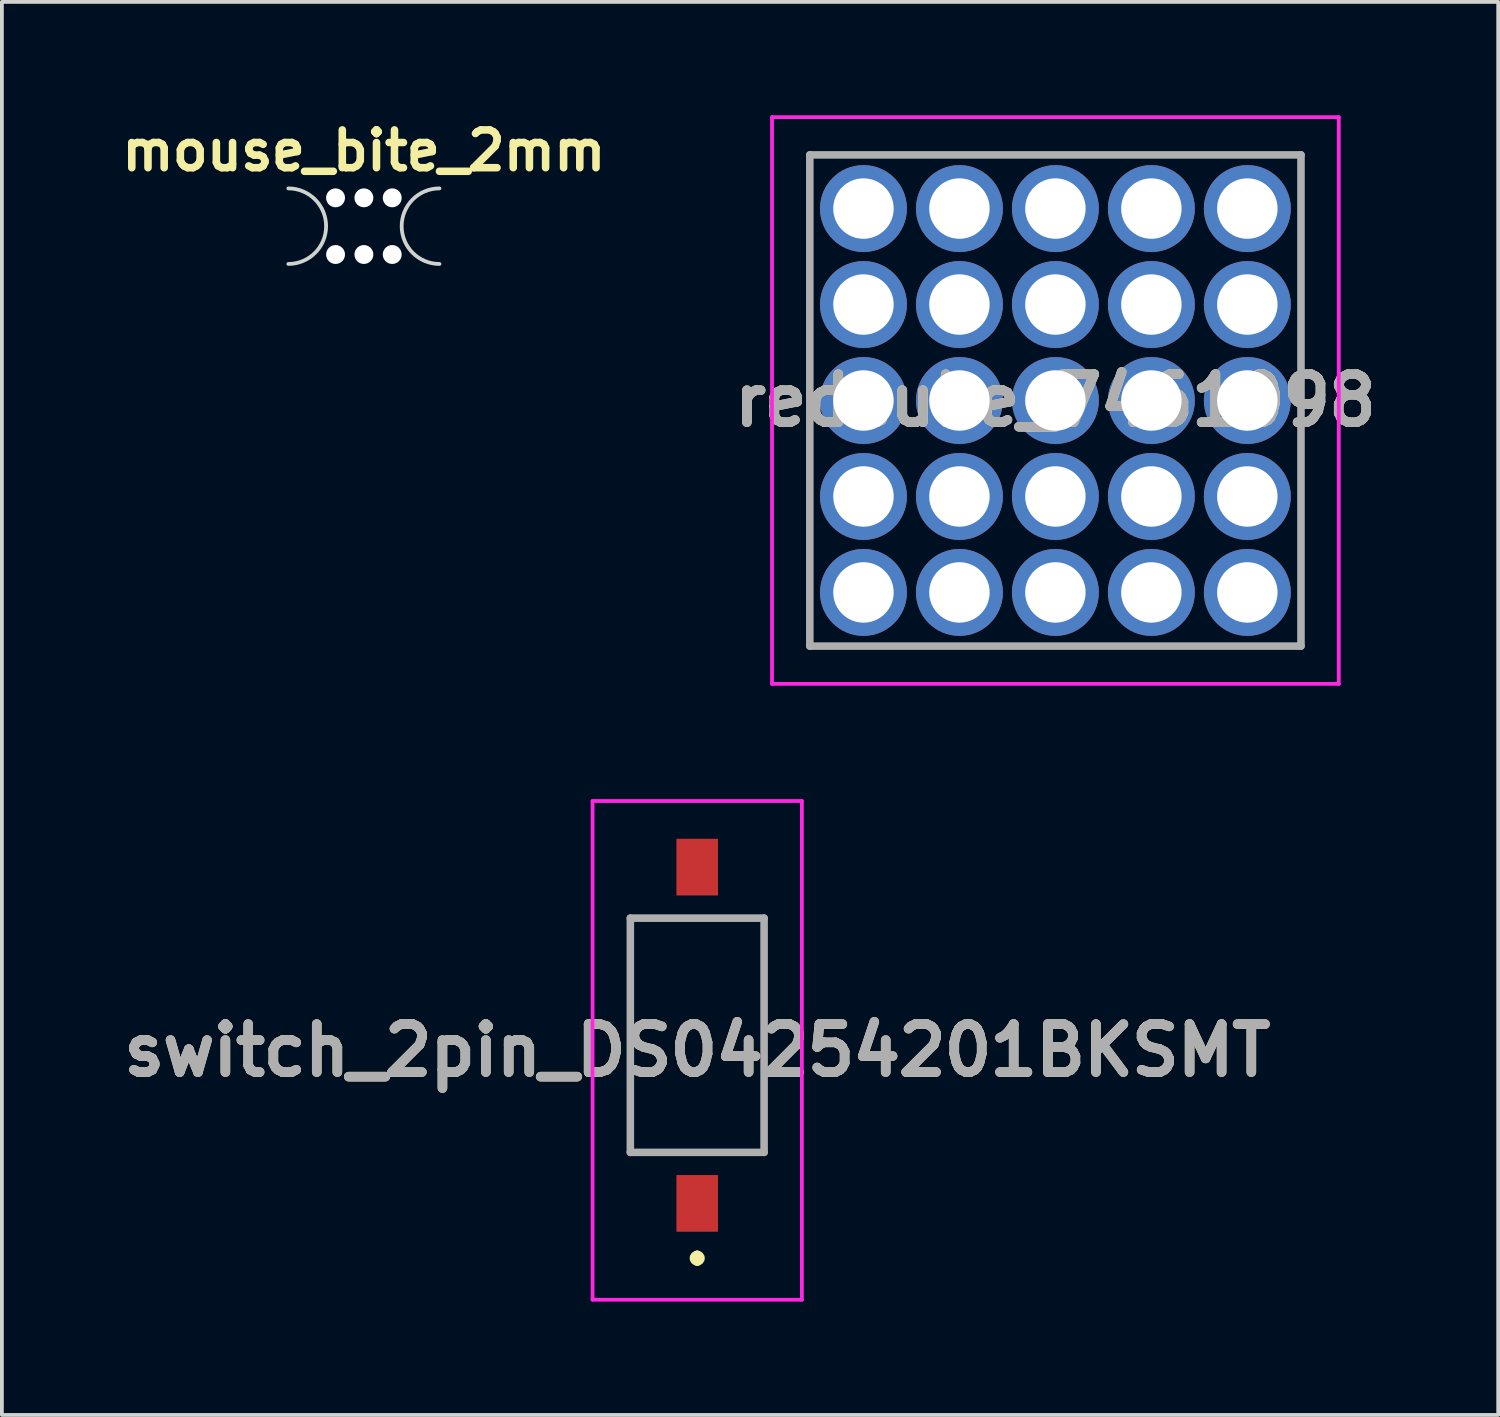
<source format=kicad_pcb>
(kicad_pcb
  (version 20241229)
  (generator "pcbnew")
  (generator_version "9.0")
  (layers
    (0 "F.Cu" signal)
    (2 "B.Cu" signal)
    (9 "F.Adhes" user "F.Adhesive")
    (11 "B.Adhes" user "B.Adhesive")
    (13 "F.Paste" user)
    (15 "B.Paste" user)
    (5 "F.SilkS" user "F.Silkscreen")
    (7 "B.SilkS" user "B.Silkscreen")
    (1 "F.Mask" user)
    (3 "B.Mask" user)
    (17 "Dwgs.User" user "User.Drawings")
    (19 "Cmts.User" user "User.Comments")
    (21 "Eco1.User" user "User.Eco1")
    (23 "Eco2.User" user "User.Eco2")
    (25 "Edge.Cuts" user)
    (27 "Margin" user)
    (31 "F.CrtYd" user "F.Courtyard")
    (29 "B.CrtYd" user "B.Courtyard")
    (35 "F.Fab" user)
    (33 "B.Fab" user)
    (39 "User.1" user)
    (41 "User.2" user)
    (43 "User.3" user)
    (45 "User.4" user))
  (footprint "redcube_7461098"
    (layer "F.Cu")
    (at 19.803 12.63)
    (property "Reference" "redcube_7461098" (at 5.08 -5.08 0) (layer "F.SilkS") (effects (font (size 1.27 1.27) (thickness 0.254))))
    (attr through_hole)
    (fp_line (start -1.42 -11.58) (end 11.58 -11.58) (stroke (width 0.1) (type solid)) (layer "F.SilkS"))
    (fp_line (start -1.42 1.42) (end -1.42 -11.58) (stroke (width 0.1) (type solid)) (layer "F.SilkS"))
    (fp_line (start 11.58 -11.58) (end 11.58 1.42) (stroke (width 0.1) (type solid)) (layer "F.SilkS"))
    (fp_line (start 11.58 1.42) (end -1.42 1.42) (stroke (width 0.1) (type solid)) (layer "F.SilkS"))
    (fp_line (start -2.42 -12.58) (end 12.58 -12.58) (stroke (width 0.1) (type solid)) (layer "F.CrtYd"))
    (fp_line (start -2.42 2.42) (end -2.42 -12.58) (stroke (width 0.1) (type solid)) (layer "F.CrtYd"))
    (fp_line (start 12.58 -12.58) (end 12.58 2.42) (stroke (width 0.1) (type solid)) (layer "F.CrtYd"))
    (fp_line (start 12.58 2.42) (end -2.42 2.42) (stroke (width 0.1) (type solid)) (layer "F.CrtYd"))
    (fp_line (start -1.42 -11.58) (end 11.58 -11.58) (stroke (width 0.2) (type solid)) (layer "F.Fab"))
    (fp_line (start -1.42 1.42) (end -1.42 -11.58) (stroke (width 0.2) (type solid)) (layer "F.Fab"))
    (fp_line (start 11.58 -11.58) (end 11.58 1.42) (stroke (width 0.2) (type solid)) (layer "F.Fab"))
    (fp_line (start 11.58 1.42) (end -1.42 1.42) (stroke (width 0.2) (type solid)) (layer "F.Fab"))
    (fp_text user "${REFERENCE}" (at 5.08 -5.08 0) (layer "F.Fab") (effects (font (size 1.27 1.27) (thickness 0.254))))
    (pad "1" thru_hole circle (at 0 0) (size 2.3 2.3) (drill 1.6) (layers "*.Cu" "*.Mask"))
    (pad "2" thru_hole circle (at 2.54 0) (size 2.3 2.3) (drill 1.6) (layers "*.Cu" "*.Mask"))
    (pad "3" thru_hole circle (at 5.08 0) (size 2.3 2.3) (drill 1.6) (layers "*.Cu" "*.Mask"))
    (pad "4" thru_hole circle (at 7.62 0) (size 2.3 2.3) (drill 1.6) (layers "*.Cu" "*.Mask"))
    (pad "5" thru_hole circle (at 10.16 0) (size 2.3 2.3) (drill 1.6) (layers "*.Cu" "*.Mask"))
    (pad "6" thru_hole circle (at 0 -2.54) (size 2.3 2.3) (drill 1.6) (layers "*.Cu" "*.Mask"))
    (pad "7" thru_hole circle (at 2.54 -2.54) (size 2.3 2.3) (drill 1.6) (layers "*.Cu" "*.Mask"))
    (pad "8" thru_hole circle (at 5.08 -2.54) (size 2.3 2.3) (drill 1.6) (layers "*.Cu" "*.Mask"))
    (pad "9" thru_hole circle (at 7.62 -2.54) (size 2.3 2.3) (drill 1.6) (layers "*.Cu" "*.Mask"))
    (pad "10" thru_hole circle (at 10.16 -2.54) (size 2.3 2.3) (drill 1.6) (layers "*.Cu" "*.Mask"))
    (pad "11" thru_hole circle (at 0 -5.08) (size 2.3 2.3) (drill 1.6) (layers "*.Cu" "*.Mask"))
    (pad "12" thru_hole circle (at 2.54 -5.08) (size 2.3 2.3) (drill 1.6) (layers "*.Cu" "*.Mask"))
    (pad "13" thru_hole circle (at 5.08 -5.08) (size 2.3 2.3) (drill 1.6) (layers "*.Cu" "*.Mask"))
    (pad "14" thru_hole circle (at 7.62 -5.08) (size 2.3 2.3) (drill 1.6) (layers "*.Cu" "*.Mask"))
    (pad "15" thru_hole circle (at 10.16 -5.08) (size 2.3 2.3) (drill 1.6) (layers "*.Cu" "*.Mask"))
    (pad "16" thru_hole circle (at 0 -7.62) (size 2.3 2.3) (drill 1.6) (layers "*.Cu" "*.Mask"))
    (pad "17" thru_hole circle (at 2.54 -7.62) (size 2.3 2.3) (drill 1.6) (layers "*.Cu" "*.Mask"))
    (pad "18" thru_hole circle (at 5.08 -7.62) (size 2.3 2.3) (drill 1.6) (layers "*.Cu" "*.Mask"))
    (pad "19" thru_hole circle (at 7.62 -7.62) (size 2.3 2.3) (drill 1.6) (layers "*.Cu" "*.Mask"))
    (pad "20" thru_hole circle (at 10.16 -7.62) (size 2.3 2.3) (drill 1.6) (layers "*.Cu" "*.Mask"))
    (pad "21" thru_hole circle (at 0 -10.16) (size 2.3 2.3) (drill 1.6) (layers "*.Cu" "*.Mask"))
    (pad "22" thru_hole circle (at 2.54 -10.16) (size 2.3 2.3) (drill 1.6) (layers "*.Cu" "*.Mask"))
    (pad "23" thru_hole circle (at 5.08 -10.16) (size 2.3 2.3) (drill 1.6) (layers "*.Cu" "*.Mask"))
    (pad "24" thru_hole circle (at 7.62 -10.16) (size 2.3 2.3) (drill 1.6) (layers "*.Cu" "*.Mask"))
    (pad "25" thru_hole circle (at 10.16 -10.16) (size 2.3 2.3) (drill 1.6) (layers "*.Cu" "*.Mask")))
  (footprint "mouse_bite_2mm"
    (layer "F.Cu")
    (at 6.581 2.936)
    (property "Reference" "mouse_bite_2mm" (at 0 -2 0) (layer "F.SilkS") (effects (font (size 1 1) (thickness 0.2))))
    (attr through_hole)
    (fp_arc (start -2 -1) (mid -1 0) (end -2 1) (stroke (width 0.1) (type solid)) (layer "Edge.Cuts"))
    (fp_arc (start 2 1) (mid 1 0) (end 2 -1) (stroke (width 0.1) (type solid)) (layer "Edge.Cuts"))
    (pad "" np_thru_hole circle (at -0.75 -0.75) (size 0.5 0.5) (drill 0.5) (layers "*.Cu" "*.Mask"))
    (pad "" np_thru_hole circle (at -0.75 0.75) (size 0.5 0.5) (drill 0.5) (layers "*.Cu" "*.Mask"))
    (pad "" np_thru_hole circle (at 0 -0.75) (size 0.5 0.5) (drill 0.5) (layers "*.Cu" "*.Mask"))
    (pad "" np_thru_hole circle (at 0 0.75) (size 0.5 0.5) (drill 0.5) (layers "*.Cu" "*.Mask"))
    (pad "" np_thru_hole circle (at 0.75 -0.75) (size 0.5 0.5) (drill 0.5) (layers "*.Cu" "*.Mask"))
    (pad "" np_thru_hole circle (at 0.75 0.75) (size 0.5 0.5) (drill 0.5) (layers "*.Cu" "*.Mask")))
  (footprint "switch_2pin_DS04254201BKSMT"
    (layer "F.Cu")
    (at 15.403 24.35)
    (property "Reference" "switch_2pin_DS04254201BKSMT" (at 0 0.4 0) (layer "F.SilkS") (effects (font (size 1.27 1.27) (thickness 0.254))))
    (attr smd)
    (fp_line (start -1.77 -3.1) (end 1.77 -3.1) (stroke (width 0.1) (type solid)) (layer "F.SilkS"))
    (fp_line (start -1.77 3.1) (end -1.77 -3.1) (stroke (width 0.1) (type solid)) (layer "F.SilkS"))
    (fp_line (start 0 5.8) (end 0 5.8) (stroke (width 0.2) (type solid)) (layer "F.SilkS"))
    (fp_line (start 0 6) (end 0 6) (stroke (width 0.2) (type solid)) (layer "F.SilkS"))
    (fp_line (start 1.77 -3.1) (end 1.77 3.1) (stroke (width 0.1) (type solid)) (layer "F.SilkS"))
    (fp_line (start 1.77 3.1) (end -1.77 3.1) (stroke (width 0.1) (type solid)) (layer "F.SilkS"))
    (fp_arc (start 0 5.8) (mid 0.1 5.9) (end 0 6) (stroke (width 0.2) (type solid)) (layer "F.SilkS"))
    (fp_arc (start 0 6) (mid -0.1 5.9) (end 0 5.8) (stroke (width 0.2) (type solid)) (layer "F.SilkS"))
    (fp_line (start -2.77 -6.2) (end 2.77 -6.2) (stroke (width 0.1) (type solid)) (layer "F.CrtYd"))
    (fp_line (start -2.77 7) (end -2.77 -6.2) (stroke (width 0.1) (type solid)) (layer "F.CrtYd"))
    (fp_line (start 2.77 -6.2) (end 2.77 7) (stroke (width 0.1) (type solid)) (layer "F.CrtYd"))
    (fp_line (start 2.77 7) (end -2.77 7) (stroke (width 0.1) (type solid)) (layer "F.CrtYd"))
    (fp_line (start -1.77 -3.1) (end 1.77 -3.1) (stroke (width 0.2) (type solid)) (layer "F.Fab"))
    (fp_line (start -1.77 3.1) (end -1.77 -3.1) (stroke (width 0.2) (type solid)) (layer "F.Fab"))
    (fp_line (start 1.77 -3.1) (end 1.77 3.1) (stroke (width 0.2) (type solid)) (layer "F.Fab"))
    (fp_line (start 1.77 3.1) (end -1.77 3.1) (stroke (width 0.2) (type solid)) (layer "F.Fab"))
    (fp_text user "${REFERENCE}" (at 0 0.4 0) (layer "F.Fab") (effects (font (size 1.27 1.27) (thickness 0.254))))
    (pad "1" smd rect (at 0 4.45) (size 1.1 1.5) (layers "F.Cu" "F.Mask" "F.Paste"))
    (pad "2" smd rect (at 0 -4.45) (size 1.1 1.5) (layers "F.Cu" "F.Mask" "F.Paste")))
  (gr_rect
    (start -3 -3)
    (end 36.603 34.4)
    (stroke (width 0.1) (type default))
    (fill no)
    (layer "Edge.Cuts")))
</source>
